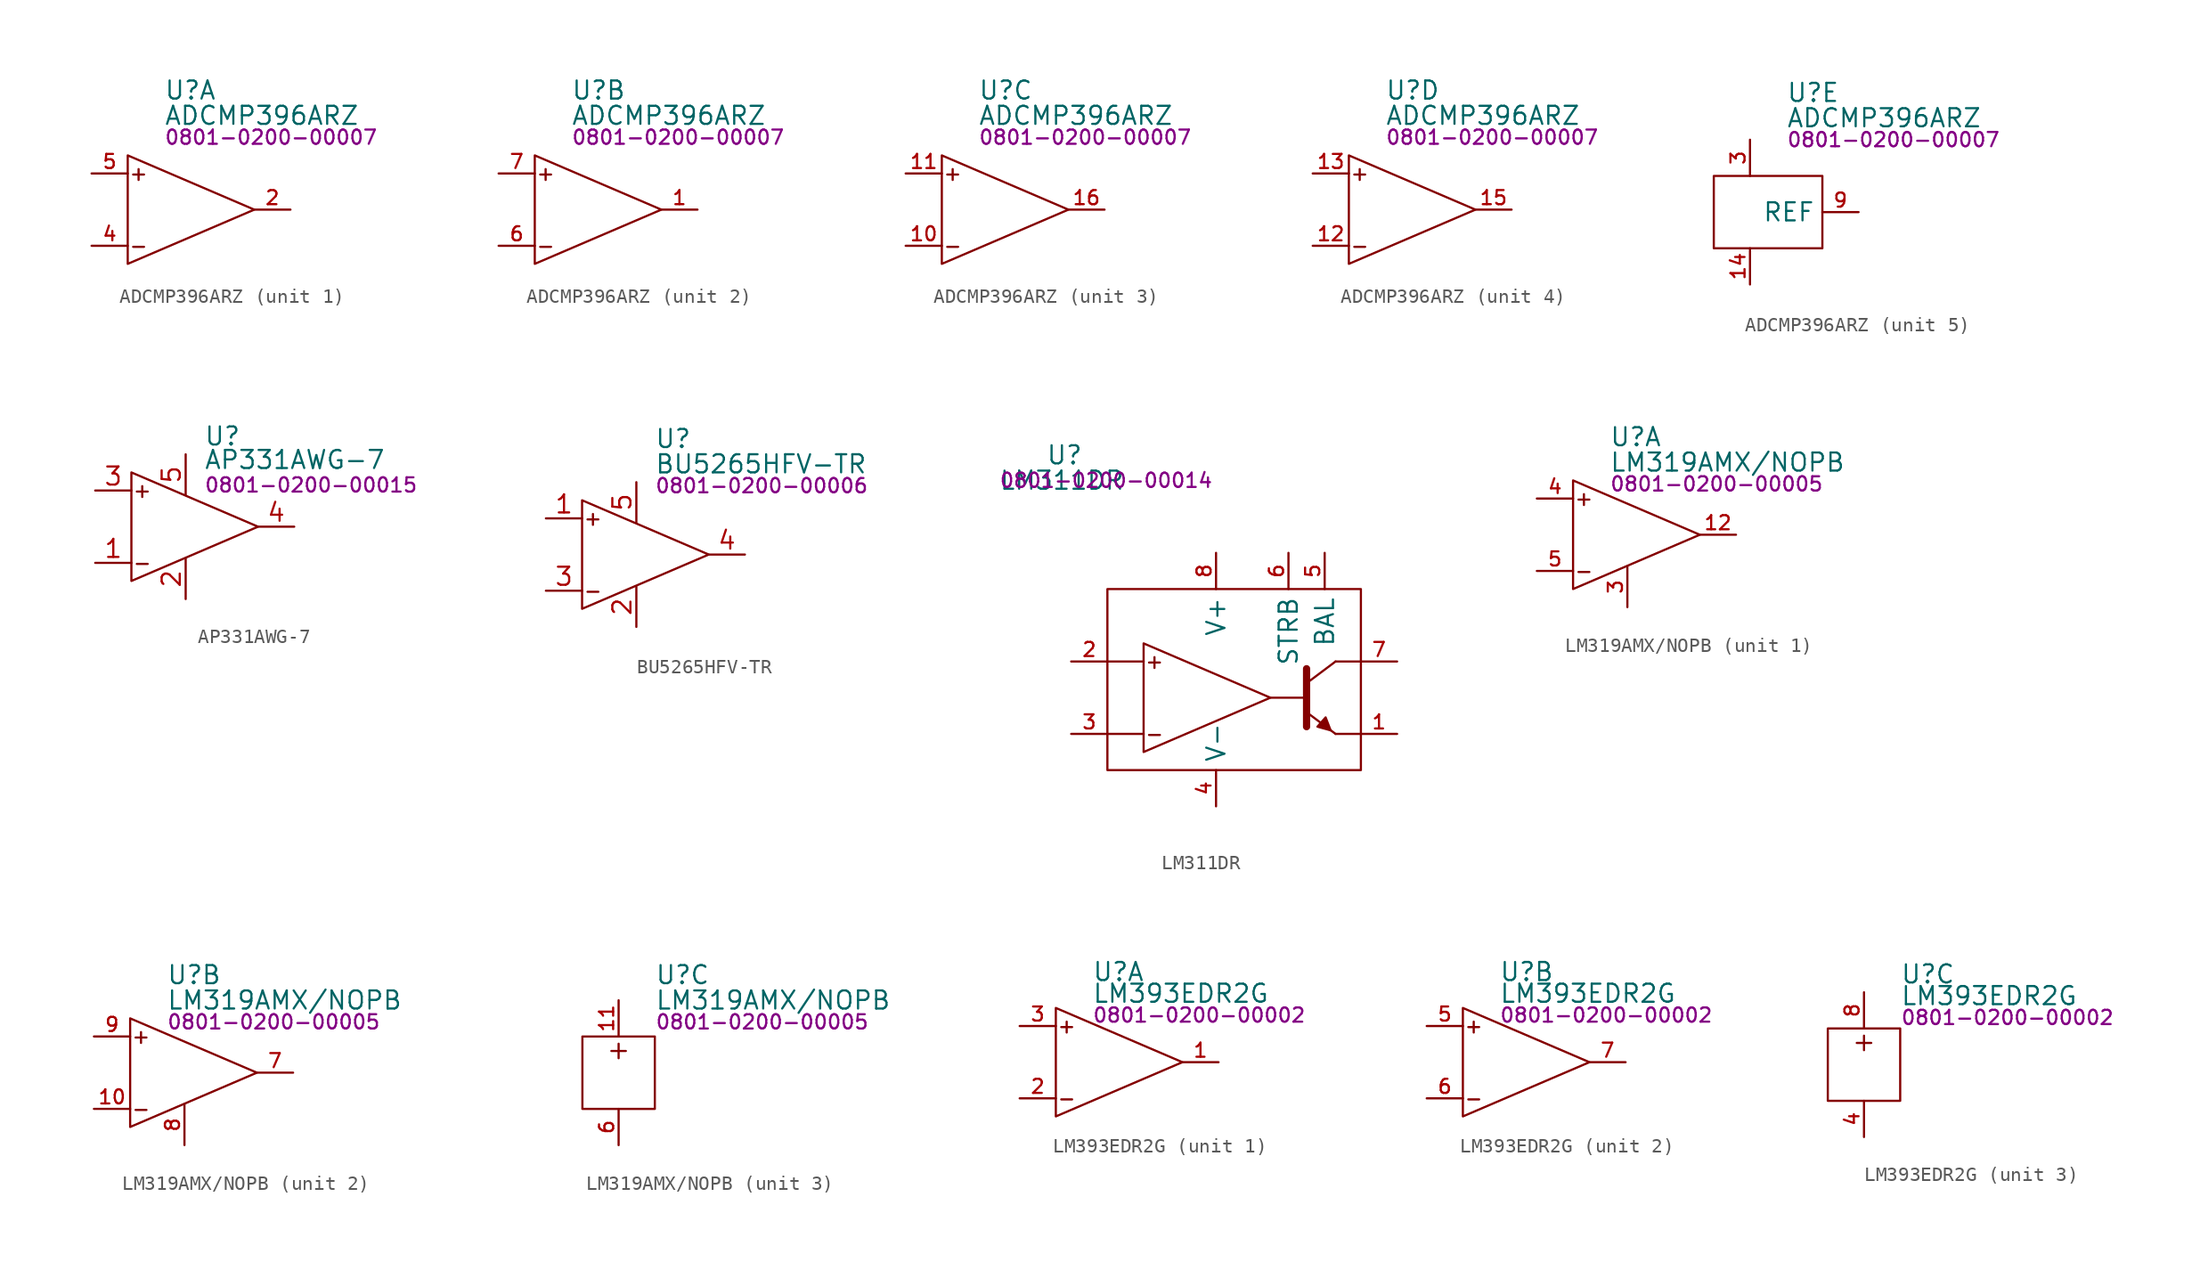
<source format=kicad_sym>
(kicad_symbol_lib
  (version 20231120)
  (generator "kicad_symbol_editor")
  (generator_version "8.0")
  (symbol "ADCMP396ARZ"
    (property "Reference" "U"
      (at 2.54 8.382 0)
      (effects (font (size 1.27 1.27)) (justify left)))
    (property "Value" "ADCMP396ARZ"
      (at 2.54 6.604 0)
      (effects (font (size 1.27 1.27)) (justify left)))
    (property "PartNumber" "0801-0200-00007"
      (at 2.54 5.08 0)
      (effects (font (size 1 1)) (justify left)))
    (property "ki_locked" ""
      (at 0 0 0)
      (effects (font (size 1.27 1.27))))
    (symbol "ADCMP396ARZ_1_0"
      (text "+" (at 0.762 2.54 0) (effects (font (size 1 1))))
      (text "-" (at 0.762 -2.54 0) (effects (font (size 1 1))))
      (pin output line (at 11.43 0 180) (length 2.54) (name "OUT1" (effects (font (size 0 0)))) (number "2" (effects (font (size 0.991 0.991)))))
      (pin input line (at -2.54 -2.54 0) (length 2.54) (name "IN1-" (effects (font (size 0 0)))) (number "4" (effects (font (size 0.991 0.991)))))
      (pin input line (at -2.54 2.54 0) (length 2.54) (name "IN1+" (effects (font (size 0 0)))) (number "5" (effects (font (size 0.991 0.991))))))
    (symbol "ADCMP396ARZ_1_1"
      (polyline (pts (xy 0 3.81) (xy 8.89 0) (xy 0 -3.81) (xy 0 3.81)) (stroke (width 0) (type default)) (fill (type none))))
    (symbol "ADCMP396ARZ_2_0"
      (text "+" (at 0.762 2.54 0) (effects (font (size 1 1))))
      (text "-" (at 0.762 -2.54 0) (effects (font (size 1 1))))
      (pin output line (at 11.43 0 180) (length 2.54) (name "OUT2" (effects (font (size 0 0)))) (number "1" (effects (font (size 0.991 0.991)))))
      (pin input line (at -2.54 -2.54 0) (length 2.54) (name "IN2-" (effects (font (size 0 0)))) (number "6" (effects (font (size 0.991 0.991)))))
      (pin input line (at -2.54 2.54 0) (length 2.54) (name "IN2+" (effects (font (size 0 0)))) (number "7" (effects (font (size 0.991 0.991))))))
    (symbol "ADCMP396ARZ_2_1"
      (polyline (pts (xy 0 3.81) (xy 8.89 0) (xy 0 -3.81) (xy 0 3.81)) (stroke (width 0) (type default)) (fill (type none))))
    (symbol "ADCMP396ARZ_3_0"
      (text "+" (at 0.762 2.54 0) (effects (font (size 1 1))))
      (text "-" (at 0.762 -2.54 0) (effects (font (size 1 1))))
      (pin input line (at -2.54 -2.54 0) (length 2.54) (name "IN3-" (effects (font (size 0 0)))) (number "10" (effects (font (size 0.991 0.991)))))
      (pin input line (at -2.54 2.54 0) (length 2.54) (name "IN3+" (effects (font (size 0 0)))) (number "11" (effects (font (size 0.991 0.991)))))
      (pin output line (at 11.43 0 180) (length 2.54) (name "OUT3" (effects (font (size 0 0)))) (number "16" (effects (font (size 0.991 0.991))))))
    (symbol "ADCMP396ARZ_3_1"
      (polyline (pts (xy 0 3.81) (xy 8.89 0) (xy 0 -3.81) (xy 0 3.81)) (stroke (width 0) (type default)) (fill (type none))))
    (symbol "ADCMP396ARZ_4_0"
      (text "+" (at 0.762 2.54 0) (effects (font (size 1 1))))
      (text "-" (at 0.762 -2.54 0) (effects (font (size 1 1))))
      (pin input line (at -2.54 -2.54 0) (length 2.54) (name "IN4-" (effects (font (size 0 0)))) (number "12" (effects (font (size 0.991 0.991)))))
      (pin input line (at -2.54 2.54 0) (length 2.54) (name "IN4+" (effects (font (size 0 0)))) (number "13" (effects (font (size 0.991 0.991)))))
      (pin output line (at 11.43 0 180) (length 2.54) (name "OUT4" (effects (font (size 0 0)))) (number "15" (effects (font (size 0.991 0.991))))))
    (symbol "ADCMP396ARZ_4_1"
      (polyline (pts (xy 0 3.81) (xy 8.89 0) (xy 0 -3.81) (xy 0 3.81)) (stroke (width 0) (type default)) (fill (type none))))
    (symbol "ADCMP396ARZ_5_0"
      (pin power_in line (at 0 -5.08 90) (length 2.54) (name "V-" (effects (font (size 0 0)))) (number "14" (effects (font (size 0.991 0.991)))))
      (pin power_in line (at 0 5.08 270) (length 2.54) (name "V+" (effects (font (size 0 0)))) (number "3" (effects (font (size 0.991 0.991)))))
      (pin no_connect line (at 7.62 2.54 180) (length 2.54) hide (name "NIC" (effects (font (size 1.27 1.27)))) (number "8" (effects (font (size 0.991 0.991)))))
      (pin output line (at 7.62 0 180) (length 2.54) (name "REF" (effects (font (size 1.27 1.27)))) (number "9" (effects (font (size 0.991 0.991))))))
    (symbol "ADCMP396ARZ_5_1"
      (rectangle (start -2.54 2.54) (end 5.08 -2.54) (stroke (width 0) (type default)) (fill (type none)))))
  (symbol "AP331AWG-7"
    (property "Reference" "U"
      (at 1.27 6.35 0)
      (effects (font (size 1.27 1.27)) (justify left)))
    (property "Value" "AP331AWG-7"
      (at 1.27 4.699 0)
      (effects (font (size 1.27 1.27)) (justify left)))
    (property "PartNumber" "0801-0200-00015"
      (at 1.27 2.921 0)
      (effects (font (size 1 1)) (justify left)))
    (symbol "AP331AWG-7_0_0"
      (text "+" (at -3.048 2.54 0) (effects (font (size 1 1))))
      (text "-" (at -3.048 -2.54 0) (effects (font (size 1 1))))
      (pin input line (at -6.35 -2.54 0) (length 2.54) (name "~" (effects (font (size 1.27 1.27)))) (number "1" (effects (font (size 1.27 1.27)))))
      (pin power_in line (at 0 -5.08 90) (length 2.85) (name "~" (effects (font (size 1.27 1.27)))) (number "2" (effects (font (size 1.27 1.27)))))
      (pin input line (at -6.35 2.54 0) (length 2.54) (name "~" (effects (font (size 1.27 1.27)))) (number "3" (effects (font (size 1.27 1.27)))))
      (pin open_collector line (at 7.62 0 180) (length 2.54) (name "~" (effects (font (size 1.27 1.27)))) (number "4" (effects (font (size 1.27 1.27)))))
      (pin power_in line (at 0 5.08 270) (length 2.85) (name "~" (effects (font (size 1.27 1.27)))) (number "5" (effects (font (size 1.27 1.27))))))
    (symbol "AP331AWG-7_0_1"
      (polyline (pts (xy -3.81 3.81) (xy 5.08 0) (xy -3.81 -3.81) (xy -3.81 3.81)) (stroke (width 0) (type default)) (fill (type none)))))
  (symbol "BU5265HFV-TR"
    (property "Reference" "U"
      (at 5.08 8.128 0)
      (effects (font (size 1.27 1.27)) (justify left)))
    (property "Value" "BU5265HFV-TR"
      (at 5.08 6.35 0)
      (effects (font (size 1.27 1.27)) (justify left)))
    (property "PartNumber" "0801-0200-00006"
      (at 5.08 4.826 0)
      (effects (font (size 1 1)) (justify left)))
    (symbol "BU5265HFV-TR_0_0"
      (text "+" (at 0.762 2.54 0) (effects (font (size 1 1))))
      (text "-" (at 0.762 -2.54 0) (effects (font (size 1 1))))
      (pin bidirectional line (at -2.54 2.54 0) (length 2.54) (name "IN+" (effects (font (size 0 0)))) (number "1" (effects (font (size 1.27 1.27)))))
      (pin power_in line (at 3.81 -5.08 90) (length 2.82) (name "V-" (effects (font (size 0 0)))) (number "2" (effects (font (size 1.27 1.27)))))
      (pin bidirectional line (at -2.54 -2.54 0) (length 2.54) (name "IN-" (effects (font (size 0 0)))) (number "3" (effects (font (size 1.27 1.27)))))
      (pin bidirectional line (at 11.43 0 180) (length 2.54) (name "OUT" (effects (font (size 0 0)))) (number "4" (effects (font (size 1.27 1.27)))))
      (pin power_in line (at 3.81 5.08 270) (length 2.82) (name "V+" (effects (font (size 0 0)))) (number "5" (effects (font (size 1.27 1.27))))))
    (symbol "BU5265HFV-TR_0_1"
      (polyline (pts (xy 0 3.81) (xy 8.89 0) (xy 0 -3.81) (xy 0 3.81)) (stroke (width 0) (type default)) (fill (type none)))))
  (symbol "LM311DR"
    (property "Reference" "U"
      (at -6.858 17.018 0)
      (effects (font (size 1.27 1.27)) (justify left)))
    (property "Value" "LM311DR"
      (at -10.16 15.24 0)
      (effects (font (size 1.27 1.27)) (justify left)))
    (property "PartNumber" "0801-0200-00014"
      (at -10.16 15.24 0)
      (effects (font (size 1 1)) (justify left)))
    (symbol "LM311DR_0_0"
      (rectangle (start -2.54 7.62) (end 15.24 -5.08) (stroke (width 0) (type default)) (fill (type none)))
      (polyline (pts (xy -2.54 -2.54) (xy 0 -2.54)) (stroke (width 0) (type default)) (fill (type none)))
      (polyline (pts (xy -2.54 2.54) (xy 0 2.54)) (stroke (width 0) (type default)) (fill (type none)))
      (polyline (pts (xy 8.89 0) (xy 11.43 0)) (stroke (width 0) (type default)) (fill (type none)))
      (polyline (pts (xy 13.462 -2.54) (xy 15.24 -2.54)) (stroke (width 0) (type default)) (fill (type none)))
      (polyline (pts (xy 13.462 2.54) (xy 15.24 2.54)) (stroke (width 0) (type default)) (fill (type none)))
      (text "+" (at 0.762 2.54 0) (effects (font (size 1 1))))
      (text "-" (at 0.762 -2.54 0) (effects (font (size 1 1))))
      (pin power_in line (at 5.08 -7.62 90) (length 2.54) (name "V-" (effects (font (size 1.27 1.27)))) (number "4" (effects (font (size 0.991 0.991)))))
      (pin input line (at 12.7 10.16 270) (length 2.54) (name "BAL" (effects (font (size 1.27 1.27)))) (number "5" (effects (font (size 0.991 0.991)))))
      (pin power_in line (at 5.08 10.16 270) (length 2.54) (name "V+" (effects (font (size 1.27 1.27)))) (number "8" (effects (font (size 0.991 0.991))))))
    (symbol "LM311DR_0_1"
      (polyline (pts (xy 11.43 1.016) (xy 13.462 2.54)) (stroke (width 0) (type default)) (fill (type none)))
      (polyline (pts (xy 11.43 -1.016) (xy 13.462 -2.54) (xy 13.462 -2.54)) (stroke (width 0) (type default)) (fill (type none)))
      (polyline (pts (xy 11.43 2.032) (xy 11.43 -2.032) (xy 11.43 -2.032)) (stroke (width 0.508) (type default)) (fill (type none)))
      (polyline (pts (xy 0 3.81) (xy 8.89 0) (xy 0 -3.81) (xy 0 3.81)) (stroke (width 0) (type default)) (fill (type none)))
      (polyline (pts (xy 12.192 -2.032) (xy 12.766 -1.381) (xy 13.117 -2.289) (xy 12.192 -2.032) (xy 12.192 -2.032)) (stroke (width 0) (type default)) (fill (type outline))))
    (symbol "LM311DR_1_0"
      (pin output line (at 17.78 -2.54 180) (length 2.54) (name "EMIT-OUT" (effects (font (size 0 0)))) (number "1" (effects (font (size 0.991 0.991)))))
      (pin input line (at -5.08 2.54 0) (length 2.54) (name "IN+" (effects (font (size 0 0)))) (number "2" (effects (font (size 0.991 0.991)))))
      (pin input line (at -5.08 -2.54 0) (length 2.54) (name "IN-" (effects (font (size 0 0)))) (number "3" (effects (font (size 0.991 0.991)))))
      (pin input line (at 10.16 10.16 270) (length 2.54) (name "STRB" (effects (font (size 1.27 1.27)))) (number "6" (effects (font (size 0.991 0.991)))))
      (pin output line (at 17.78 2.54 180) (length 2.54) (name "COL-OUT" (effects (font (size 0 0)))) (number "7" (effects (font (size 0.991 0.991)))))))
  (symbol "LM319AMX/NOPB"
    (pin_names hide)
    (property "Reference" "U"
      (at 2.54 6.858 0)
      (effects (font (size 1.27 1.27)) (justify left)))
    (property "Value" "LM319AMX/NOPB"
      (at 2.54 5.08 0)
      (effects (font (size 1.27 1.27)) (justify left)))
    (property "PartNumber" "0801-0200-00005"
      (at 2.54 3.556 0)
      (effects (font (size 1 1)) (justify left)))
    (property "ki_locked" ""
      (at 0 0 0)
      (effects (font (size 1.27 1.27))))
    (symbol "LM319AMX/NOPB_1_0"
      (text "+" (at 0.762 2.54 0) (effects (font (size 1 1))))
      (text "-" (at 0.762 -2.54 0) (effects (font (size 1 1))))
      (pin output line (at 11.43 0 180) (length 2.54) (name "OUT1" (effects (font (size 1.27 1.27)))) (number "12" (effects (font (size 0.991 0.991)))))
      (pin input line (at 3.81 -5.08 90) (length 2.85) (name "GND1" (effects (font (size 1.27 1.27)))) (number "3" (effects (font (size 0.991 0.991)))))
      (pin input line (at -2.54 2.54 0) (length 2.54) (name "IN1+" (effects (font (size 1.27 1.27)))) (number "4" (effects (font (size 0.991 0.991)))))
      (pin input line (at -2.54 -2.54 0) (length 2.54) (name "IN1-" (effects (font (size 1.27 1.27)))) (number "5" (effects (font (size 0.991 0.991))))))
    (symbol "LM319AMX/NOPB_1_1"
      (polyline (pts (xy 0 3.81) (xy 8.89 0) (xy 0 -3.81) (xy 0 3.81)) (stroke (width 0) (type default)) (fill (type none))))
    (symbol "LM319AMX/NOPB_2_0"
      (text "+" (at 0.762 2.54 0) (effects (font (size 1 1))))
      (text "-" (at 0.762 -2.54 0) (effects (font (size 1 1))))
      (pin input line (at -2.54 -2.54 0) (length 2.54) (name "IN2-" (effects (font (size 1.27 1.27)))) (number "10" (effects (font (size 0.991 0.991)))))
      (pin output line (at 11.43 0 180) (length 2.54) (name "OUT2" (effects (font (size 1.27 1.27)))) (number "7" (effects (font (size 0.991 0.991)))))
      (pin input line (at 3.81 -5.08 90) (length 2.85) (name "GND2" (effects (font (size 1.27 1.27)))) (number "8" (effects (font (size 0.991 0.991)))))
      (pin input line (at -2.54 2.54 0) (length 2.54) (name "IN2+" (effects (font (size 1.27 1.27)))) (number "9" (effects (font (size 0.991 0.991))))))
    (symbol "LM319AMX/NOPB_2_1"
      (polyline (pts (xy 0 3.81) (xy 8.89 0) (xy 0 -3.81) (xy 0 3.81)) (stroke (width 0) (type default)) (fill (type none))))
    (symbol "LM319AMX/NOPB_3_0"
      (rectangle (start -2.54 2.54) (end 2.54 -2.54) (stroke (width 0) (type default)) (fill (type none)))
      (pin no_connect line (at -6.35 3.81 0) (length 2.54) hide (name "NC" (effects (font (size 1.27 1.27)))) (number "1" (effects (font (size 0.991 0.991)))))
      (pin power_in line (at 0 5.08 270) (length 2.54) (name "V+" (effects (font (size 1.27 1.27)))) (number "11" (effects (font (size 0.991 0.991)))))
      (pin no_connect line (at -6.35 -1.27 0) (length 2.54) hide (name "NC" (effects (font (size 1.27 1.27)))) (number "13" (effects (font (size 0.991 0.991)))))
      (pin no_connect line (at -6.35 -3.81 0) (length 2.54) hide (name "NC" (effects (font (size 1.27 1.27)))) (number "14" (effects (font (size 0.991 0.991)))))
      (pin no_connect line (at -6.35 1.27 0) (length 2.54) hide (name "NC" (effects (font (size 1.27 1.27)))) (number "2" (effects (font (size 0.991 0.991)))))
      (pin power_in line (at 0 -5.08 90) (length 2.54) (name "V-" (effects (font (size 1.27 1.27)))) (number "6" (effects (font (size 0.991 0.991))))))
    (symbol "LM319AMX/NOPB_3_1"
      (polyline (pts (xy -0.508 1.524) (xy 0.508 1.524)) (stroke (width 0) (type default)) (fill (type none)))
      (polyline (pts (xy 0 2.032) (xy 0 1.016)) (stroke (width 0) (type default)) (fill (type none)))))
  (symbol "LM393EDR2G"
    (pin_names hide)
    (property "Reference" "U"
      (at 2.54 6.35 0)
      (effects (font (size 1.27 1.27)) (justify left)))
    (property "Value" "LM393EDR2G"
      (at 2.54 4.826 0)
      (effects (font (size 1.27 1.27)) (justify left)))
    (property "PartNumber" "0801-0200-00002"
      (at 2.54 3.302 0)
      (effects (font (size 1 1)) (justify left)))
    (property "ki_locked" ""
      (at 0 0 0)
      (effects (font (size 1.27 1.27))))
    (symbol "LM393EDR2G_1_0"
      (text "+" (at 0.762 2.54 0) (effects (font (size 1 1))))
      (text "-" (at 0.762 -2.54 0) (effects (font (size 1 1))))
      (pin output line (at 11.43 0 180) (length 2.54) (name "OUT1" (effects (font (size 1.27 1.27)))) (number "1" (effects (font (size 0.991 0.991)))))
      (pin input line (at -2.54 -2.54 0) (length 2.54) (name "IN1-" (effects (font (size 1.27 1.27)))) (number "2" (effects (font (size 0.991 0.991)))))
      (pin input line (at -2.54 2.54 0) (length 2.54) (name "IN1+" (effects (font (size 1.27 1.27)))) (number "3" (effects (font (size 0.991 0.991))))))
    (symbol "LM393EDR2G_1_1"
      (polyline (pts (xy 0 3.81) (xy 8.89 0) (xy 0 -3.81) (xy 0 3.81)) (stroke (width 0) (type default)) (fill (type none))))
    (symbol "LM393EDR2G_2_0"
      (text "+" (at 0.762 2.54 0) (effects (font (size 1 1))))
      (text "-" (at 0.762 -2.54 0) (effects (font (size 1 1))))
      (pin input line (at -2.54 2.54 0) (length 2.54) (name "IN2+" (effects (font (size 1.27 1.27)))) (number "5" (effects (font (size 0.991 0.991)))))
      (pin input line (at -2.54 -2.54 0) (length 2.54) (name "IN2-" (effects (font (size 1.27 1.27)))) (number "6" (effects (font (size 0.991 0.991)))))
      (pin output line (at 11.43 0 180) (length 2.54) (name "OUT2" (effects (font (size 1.27 1.27)))) (number "7" (effects (font (size 0.991 0.991))))))
    (symbol "LM393EDR2G_2_1"
      (polyline (pts (xy 0 3.81) (xy 8.89 0) (xy 0 -3.81) (xy 0 3.81)) (stroke (width 0) (type default)) (fill (type none))))
    (symbol "LM393EDR2G_3_0"
      (rectangle (start -2.54 2.54) (end 2.54 -2.54) (stroke (width 0) (type default)) (fill (type none)))
      (pin power_in line (at 0 -5.08 90) (length 2.54) (name "V-" (effects (font (size 1.27 1.27)))) (number "4" (effects (font (size 0.991 0.991)))))
      (pin power_in line (at 0 5.08 270) (length 2.54) (name "V+" (effects (font (size 1.27 1.27)))) (number "8" (effects (font (size 0.991 0.991))))))
    (symbol "LM393EDR2G_3_1"
      (polyline (pts (xy -0.508 1.524) (xy 0.508 1.524)) (stroke (width 0) (type default)) (fill (type none)))
      (polyline (pts (xy 0 2.032) (xy 0 1.016)) (stroke (width 0) (type default)) (fill (type none))))))
</source>
